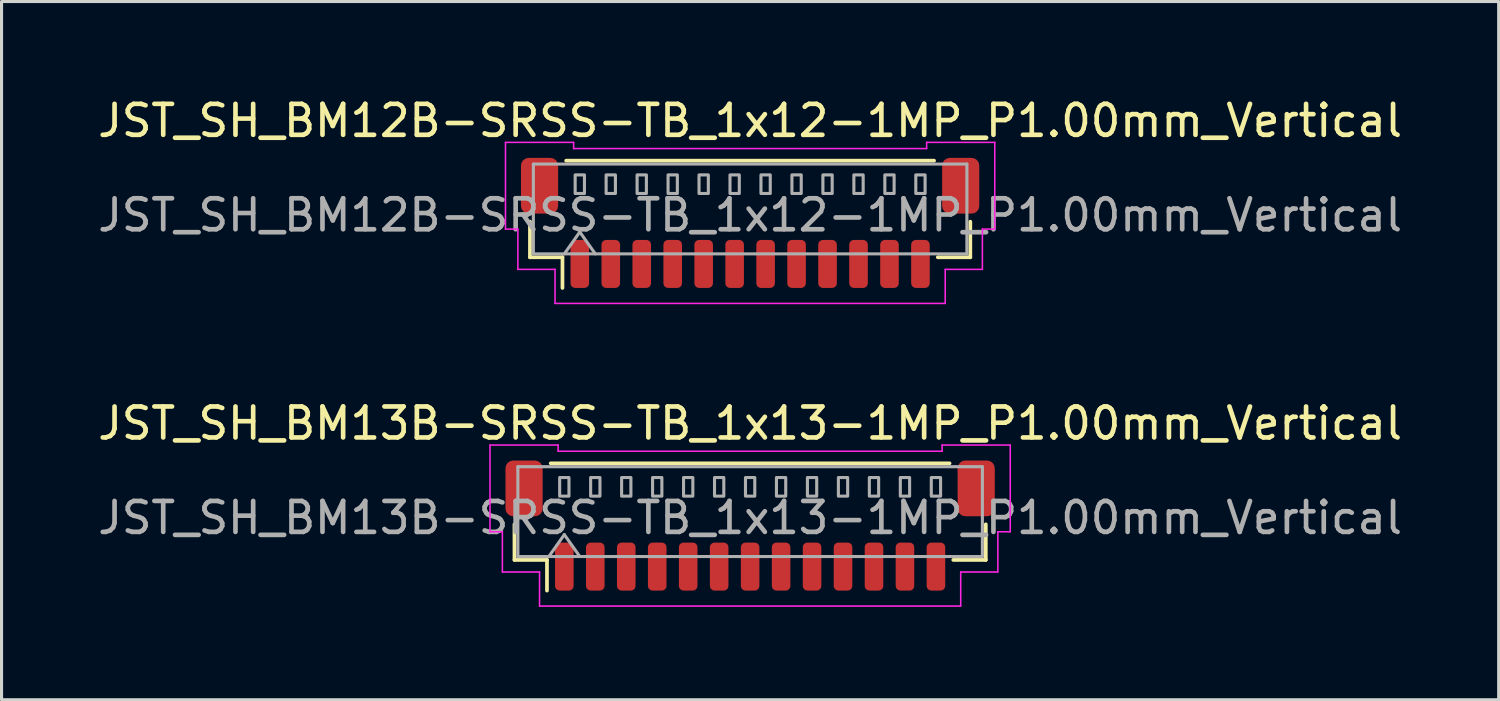
<source format=kicad_pcb>
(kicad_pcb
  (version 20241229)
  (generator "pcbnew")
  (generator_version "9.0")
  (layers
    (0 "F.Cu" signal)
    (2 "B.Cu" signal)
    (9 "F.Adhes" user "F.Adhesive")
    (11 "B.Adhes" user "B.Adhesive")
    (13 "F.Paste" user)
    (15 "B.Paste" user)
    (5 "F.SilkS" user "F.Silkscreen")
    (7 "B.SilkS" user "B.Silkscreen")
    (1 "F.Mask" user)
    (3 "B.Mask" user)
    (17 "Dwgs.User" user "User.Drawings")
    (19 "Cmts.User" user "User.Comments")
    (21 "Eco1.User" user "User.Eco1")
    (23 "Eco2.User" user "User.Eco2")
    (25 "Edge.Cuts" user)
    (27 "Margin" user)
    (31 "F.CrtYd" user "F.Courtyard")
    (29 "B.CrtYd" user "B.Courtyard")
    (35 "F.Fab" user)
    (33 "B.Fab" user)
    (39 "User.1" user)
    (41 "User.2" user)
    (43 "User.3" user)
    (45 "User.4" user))
  (footprint "JST_SH_BM13B-SRSS-TB_1x13-1MP_P1.00mm_Vertical"
    (layer "F.Cu")
    (at 21.173 13.921)
    (property "Reference" "JST_SH_BM13B-SRSS-TB_1x13-1MP_P1.00mm_Vertical" (at 0 -3.3 0) (layer "F.SilkS") (effects (font (size 1 1) (thickness 0.15))))
    (attr smd)
    (fp_line (start -7.61 -0.04) (end -7.61 1.11) (stroke (width 0.12) (type solid)) (layer "F.SilkS"))
    (fp_line (start -7.61 1.11) (end -6.56 1.11) (stroke (width 0.12) (type solid)) (layer "F.SilkS"))
    (fp_line (start -6.56 1.11) (end -6.56 2.1) (stroke (width 0.12) (type solid)) (layer "F.SilkS"))
    (fp_line (start -6.44 -2.01) (end 6.44 -2.01) (stroke (width 0.12) (type solid)) (layer "F.SilkS"))
    (fp_line (start 7.61 -0.04) (end 7.61 1.11) (stroke (width 0.12) (type solid)) (layer "F.SilkS"))
    (fp_line (start 7.61 1.11) (end 6.56 1.11) (stroke (width 0.12) (type solid)) (layer "F.SilkS"))
    (fp_line (start -8.4 -2.6) (end -6.2 -2.6) (stroke (width 0.05) (type solid)) (layer "F.CrtYd"))
    (fp_line (start -8.4 0.2) (end -8.4 -2.6) (stroke (width 0.05) (type solid)) (layer "F.CrtYd"))
    (fp_line (start -8 0.2) (end -8.4 0.2) (stroke (width 0.05) (type solid)) (layer "F.CrtYd"))
    (fp_line (start -8 1.5) (end -8 0.2) (stroke (width 0.05) (type solid)) (layer "F.CrtYd"))
    (fp_line (start -6.8 1.5) (end -8 1.5) (stroke (width 0.05) (type solid)) (layer "F.CrtYd"))
    (fp_line (start -6.8 2.6) (end -6.8 1.5) (stroke (width 0.05) (type solid)) (layer "F.CrtYd"))
    (fp_line (start -6.2 -2.6) (end -6.2 -2.4) (stroke (width 0.05) (type solid)) (layer "F.CrtYd"))
    (fp_line (start -6.2 -2.4) (end 6.2 -2.4) (stroke (width 0.05) (type solid)) (layer "F.CrtYd"))
    (fp_line (start 6.2 -2.6) (end 8.4 -2.6) (stroke (width 0.05) (type solid)) (layer "F.CrtYd"))
    (fp_line (start 6.2 -2.4) (end 6.2 -2.6) (stroke (width 0.05) (type solid)) (layer "F.CrtYd"))
    (fp_line (start 6.8 1.5) (end 6.8 2.6) (stroke (width 0.05) (type solid)) (layer "F.CrtYd"))
    (fp_line (start 6.8 2.6) (end -6.8 2.6) (stroke (width 0.05) (type solid)) (layer "F.CrtYd"))
    (fp_line (start 8 0.2) (end 8 1.5) (stroke (width 0.05) (type solid)) (layer "F.CrtYd"))
    (fp_line (start 8 1.5) (end 6.8 1.5) (stroke (width 0.05) (type solid)) (layer "F.CrtYd"))
    (fp_line (start 8.4 -2.6) (end 8.4 0.2) (stroke (width 0.05) (type solid)) (layer "F.CrtYd"))
    (fp_line (start 8.4 0.2) (end 8 0.2) (stroke (width 0.05) (type solid)) (layer "F.CrtYd"))
    (fp_line (start -7.5 -1.9) (end 7.5 -1.9) (stroke (width 0.1) (type solid)) (layer "F.Fab"))
    (fp_line (start -7.5 1) (end -7.5 -1.9) (stroke (width 0.1) (type solid)) (layer "F.Fab"))
    (fp_line (start -7.5 1) (end 7.5 1) (stroke (width 0.1) (type solid)) (layer "F.Fab"))
    (fp_line (start -6.5 1) (end -6 0.293) (stroke (width 0.1) (type solid)) (layer "F.Fab"))
    (fp_line (start -6 0.293) (end -5.5 1) (stroke (width 0.1) (type solid)) (layer "F.Fab"))
    (fp_line (start 7.5 1) (end 7.5 -1.9) (stroke (width 0.1) (type solid)) (layer "F.Fab"))
    (fp_rect (start -6.15 -1.55) (end -5.85 -0.95) (stroke (width 0.1) (type solid)) (fill no) (layer "F.Fab"))
    (fp_rect (start -5.15 -1.55) (end -4.85 -0.95) (stroke (width 0.1) (type solid)) (fill no) (layer "F.Fab"))
    (fp_rect (start -4.15 -1.55) (end -3.85 -0.95) (stroke (width 0.1) (type solid)) (fill no) (layer "F.Fab"))
    (fp_rect (start -3.15 -1.55) (end -2.85 -0.95) (stroke (width 0.1) (type solid)) (fill no) (layer "F.Fab"))
    (fp_rect (start -2.15 -1.55) (end -1.85 -0.95) (stroke (width 0.1) (type solid)) (fill no) (layer "F.Fab"))
    (fp_rect (start -1.15 -1.55) (end -0.85 -0.95) (stroke (width 0.1) (type solid)) (fill no) (layer "F.Fab"))
    (fp_rect (start -0.15 -1.55) (end 0.15 -0.95) (stroke (width 0.1) (type solid)) (fill no) (layer "F.Fab"))
    (fp_rect (start 0.85 -1.55) (end 1.15 -0.95) (stroke (width 0.1) (type solid)) (fill no) (layer "F.Fab"))
    (fp_rect (start 1.85 -1.55) (end 2.15 -0.95) (stroke (width 0.1) (type solid)) (fill no) (layer "F.Fab"))
    (fp_rect (start 2.85 -1.55) (end 3.15 -0.95) (stroke (width 0.1) (type solid)) (fill no) (layer "F.Fab"))
    (fp_rect (start 3.85 -1.55) (end 4.15 -0.95) (stroke (width 0.1) (type solid)) (fill no) (layer "F.Fab"))
    (fp_rect (start 4.85 -1.55) (end 5.15 -0.95) (stroke (width 0.1) (type solid)) (fill no) (layer "F.Fab"))
    (fp_rect (start 5.85 -1.55) (end 6.15 -0.95) (stroke (width 0.1) (type solid)) (fill no) (layer "F.Fab"))
    (fp_text user "${REFERENCE}" (at 0 -0.25 0) (layer "F.Fab") (effects (font (size 1 1) (thickness 0.15))))
    (pad "1" smd roundrect (at -6 1.325) (size 0.6 1.55) (layers "F.Cu" "F.Mask" "F.Paste") (roundrect_rratio 0.25))
    (pad "2" smd roundrect (at -5 1.325) (size 0.6 1.55) (layers "F.Cu" "F.Mask" "F.Paste") (roundrect_rratio 0.25))
    (pad "3" smd roundrect (at -4 1.325) (size 0.6 1.55) (layers "F.Cu" "F.Mask" "F.Paste") (roundrect_rratio 0.25))
    (pad "4" smd roundrect (at -3 1.325) (size 0.6 1.55) (layers "F.Cu" "F.Mask" "F.Paste") (roundrect_rratio 0.25))
    (pad "5" smd roundrect (at -2 1.325) (size 0.6 1.55) (layers "F.Cu" "F.Mask" "F.Paste") (roundrect_rratio 0.25))
    (pad "6" smd roundrect (at -1 1.325) (size 0.6 1.55) (layers "F.Cu" "F.Mask" "F.Paste") (roundrect_rratio 0.25))
    (pad "7" smd roundrect (at 0 1.325) (size 0.6 1.55) (layers "F.Cu" "F.Mask" "F.Paste") (roundrect_rratio 0.25))
    (pad "8" smd roundrect (at 1 1.325) (size 0.6 1.55) (layers "F.Cu" "F.Mask" "F.Paste") (roundrect_rratio 0.25))
    (pad "9" smd roundrect (at 2 1.325) (size 0.6 1.55) (layers "F.Cu" "F.Mask" "F.Paste") (roundrect_rratio 0.25))
    (pad "10" smd roundrect (at 3 1.325) (size 0.6 1.55) (layers "F.Cu" "F.Mask" "F.Paste") (roundrect_rratio 0.25))
    (pad "11" smd roundrect (at 4 1.325) (size 0.6 1.55) (layers "F.Cu" "F.Mask" "F.Paste") (roundrect_rratio 0.25))
    (pad "12" smd roundrect (at 5 1.325) (size 0.6 1.55) (layers "F.Cu" "F.Mask" "F.Paste") (roundrect_rratio 0.25))
    (pad "13" smd roundrect (at 6 1.325) (size 0.6 1.55) (layers "F.Cu" "F.Mask" "F.Paste") (roundrect_rratio 0.25))
    (pad "MP" smd roundrect (at -7.3 -1.2) (size 1.2 1.8) (layers "F.Cu" "F.Mask" "F.Paste") (roundrect_rratio 0.208))
    (pad "MP" smd roundrect (at 7.3 -1.2) (size 1.2 1.8) (layers "F.Cu" "F.Mask" "F.Paste") (roundrect_rratio 0.208)))
  (footprint "JST_SH_BM12B-SRSS-TB_1x12-1MP_P1.00mm_Vertical"
    (layer "F.Cu")
    (at 21.173 4.148)
    (property "Reference" "JST_SH_BM12B-SRSS-TB_1x12-1MP_P1.00mm_Vertical" (at 0 -3.3 0) (layer "F.SilkS") (effects (font (size 1 1) (thickness 0.15))))
    (attr smd)
    (fp_line (start -7.11 -0.04) (end -7.11 1.11) (stroke (width 0.12) (type solid)) (layer "F.SilkS"))
    (fp_line (start -7.11 1.11) (end -6.06 1.11) (stroke (width 0.12) (type solid)) (layer "F.SilkS"))
    (fp_line (start -6.06 1.11) (end -6.06 2.1) (stroke (width 0.12) (type solid)) (layer "F.SilkS"))
    (fp_line (start -5.94 -2.01) (end 5.94 -2.01) (stroke (width 0.12) (type solid)) (layer "F.SilkS"))
    (fp_line (start 7.11 -0.04) (end 7.11 1.11) (stroke (width 0.12) (type solid)) (layer "F.SilkS"))
    (fp_line (start 7.11 1.11) (end 6.06 1.11) (stroke (width 0.12) (type solid)) (layer "F.SilkS"))
    (fp_line (start -7.9 -2.6) (end -5.7 -2.6) (stroke (width 0.05) (type solid)) (layer "F.CrtYd"))
    (fp_line (start -7.9 0.2) (end -7.9 -2.6) (stroke (width 0.05) (type solid)) (layer "F.CrtYd"))
    (fp_line (start -7.5 0.2) (end -7.9 0.2) (stroke (width 0.05) (type solid)) (layer "F.CrtYd"))
    (fp_line (start -7.5 1.5) (end -7.5 0.2) (stroke (width 0.05) (type solid)) (layer "F.CrtYd"))
    (fp_line (start -6.3 1.5) (end -7.5 1.5) (stroke (width 0.05) (type solid)) (layer "F.CrtYd"))
    (fp_line (start -6.3 2.6) (end -6.3 1.5) (stroke (width 0.05) (type solid)) (layer "F.CrtYd"))
    (fp_line (start -5.7 -2.6) (end -5.7 -2.4) (stroke (width 0.05) (type solid)) (layer "F.CrtYd"))
    (fp_line (start -5.7 -2.4) (end 5.7 -2.4) (stroke (width 0.05) (type solid)) (layer "F.CrtYd"))
    (fp_line (start 5.7 -2.6) (end 7.9 -2.6) (stroke (width 0.05) (type solid)) (layer "F.CrtYd"))
    (fp_line (start 5.7 -2.4) (end 5.7 -2.6) (stroke (width 0.05) (type solid)) (layer "F.CrtYd"))
    (fp_line (start 6.3 1.5) (end 6.3 2.6) (stroke (width 0.05) (type solid)) (layer "F.CrtYd"))
    (fp_line (start 6.3 2.6) (end -6.3 2.6) (stroke (width 0.05) (type solid)) (layer "F.CrtYd"))
    (fp_line (start 7.5 0.2) (end 7.5 1.5) (stroke (width 0.05) (type solid)) (layer "F.CrtYd"))
    (fp_line (start 7.5 1.5) (end 6.3 1.5) (stroke (width 0.05) (type solid)) (layer "F.CrtYd"))
    (fp_line (start 7.9 -2.6) (end 7.9 0.2) (stroke (width 0.05) (type solid)) (layer "F.CrtYd"))
    (fp_line (start 7.9 0.2) (end 7.5 0.2) (stroke (width 0.05) (type solid)) (layer "F.CrtYd"))
    (fp_line (start -7 -1.9) (end 7 -1.9) (stroke (width 0.1) (type solid)) (layer "F.Fab"))
    (fp_line (start -7 1) (end -7 -1.9) (stroke (width 0.1) (type solid)) (layer "F.Fab"))
    (fp_line (start -7 1) (end 7 1) (stroke (width 0.1) (type solid)) (layer "F.Fab"))
    (fp_line (start -6 1) (end -5.5 0.293) (stroke (width 0.1) (type solid)) (layer "F.Fab"))
    (fp_line (start -5.5 0.293) (end -5 1) (stroke (width 0.1) (type solid)) (layer "F.Fab"))
    (fp_line (start 7 1) (end 7 -1.9) (stroke (width 0.1) (type solid)) (layer "F.Fab"))
    (fp_rect (start -5.65 -1.55) (end -5.35 -0.95) (stroke (width 0.1) (type solid)) (fill no) (layer "F.Fab"))
    (fp_rect (start -4.65 -1.55) (end -4.35 -0.95) (stroke (width 0.1) (type solid)) (fill no) (layer "F.Fab"))
    (fp_rect (start -3.65 -1.55) (end -3.35 -0.95) (stroke (width 0.1) (type solid)) (fill no) (layer "F.Fab"))
    (fp_rect (start -2.65 -1.55) (end -2.35 -0.95) (stroke (width 0.1) (type solid)) (fill no) (layer "F.Fab"))
    (fp_rect (start -1.65 -1.55) (end -1.35 -0.95) (stroke (width 0.1) (type solid)) (fill no) (layer "F.Fab"))
    (fp_rect (start -0.65 -1.55) (end -0.35 -0.95) (stroke (width 0.1) (type solid)) (fill no) (layer "F.Fab"))
    (fp_rect (start 0.35 -1.55) (end 0.65 -0.95) (stroke (width 0.1) (type solid)) (fill no) (layer "F.Fab"))
    (fp_rect (start 1.35 -1.55) (end 1.65 -0.95) (stroke (width 0.1) (type solid)) (fill no) (layer "F.Fab"))
    (fp_rect (start 2.35 -1.55) (end 2.65 -0.95) (stroke (width 0.1) (type solid)) (fill no) (layer "F.Fab"))
    (fp_rect (start 3.35 -1.55) (end 3.65 -0.95) (stroke (width 0.1) (type solid)) (fill no) (layer "F.Fab"))
    (fp_rect (start 4.35 -1.55) (end 4.65 -0.95) (stroke (width 0.1) (type solid)) (fill no) (layer "F.Fab"))
    (fp_rect (start 5.35 -1.55) (end 5.65 -0.95) (stroke (width 0.1) (type solid)) (fill no) (layer "F.Fab"))
    (fp_text user "${REFERENCE}" (at 0 -0.25 0) (layer "F.Fab") (effects (font (size 1 1) (thickness 0.15))))
    (pad "1" smd roundrect (at -5.5 1.325) (size 0.6 1.55) (layers "F.Cu" "F.Mask" "F.Paste") (roundrect_rratio 0.25))
    (pad "2" smd roundrect (at -4.5 1.325) (size 0.6 1.55) (layers "F.Cu" "F.Mask" "F.Paste") (roundrect_rratio 0.25))
    (pad "3" smd roundrect (at -3.5 1.325) (size 0.6 1.55) (layers "F.Cu" "F.Mask" "F.Paste") (roundrect_rratio 0.25))
    (pad "4" smd roundrect (at -2.5 1.325) (size 0.6 1.55) (layers "F.Cu" "F.Mask" "F.Paste") (roundrect_rratio 0.25))
    (pad "5" smd roundrect (at -1.5 1.325) (size 0.6 1.55) (layers "F.Cu" "F.Mask" "F.Paste") (roundrect_rratio 0.25))
    (pad "6" smd roundrect (at -0.5 1.325) (size 0.6 1.55) (layers "F.Cu" "F.Mask" "F.Paste") (roundrect_rratio 0.25))
    (pad "7" smd roundrect (at 0.5 1.325) (size 0.6 1.55) (layers "F.Cu" "F.Mask" "F.Paste") (roundrect_rratio 0.25))
    (pad "8" smd roundrect (at 1.5 1.325) (size 0.6 1.55) (layers "F.Cu" "F.Mask" "F.Paste") (roundrect_rratio 0.25))
    (pad "9" smd roundrect (at 2.5 1.325) (size 0.6 1.55) (layers "F.Cu" "F.Mask" "F.Paste") (roundrect_rratio 0.25))
    (pad "10" smd roundrect (at 3.5 1.325) (size 0.6 1.55) (layers "F.Cu" "F.Mask" "F.Paste") (roundrect_rratio 0.25))
    (pad "11" smd roundrect (at 4.5 1.325) (size 0.6 1.55) (layers "F.Cu" "F.Mask" "F.Paste") (roundrect_rratio 0.25))
    (pad "12" smd roundrect (at 5.5 1.325) (size 0.6 1.55) (layers "F.Cu" "F.Mask" "F.Paste") (roundrect_rratio 0.25))
    (pad "MP" smd roundrect (at -6.8 -1.2) (size 1.2 1.8) (layers "F.Cu" "F.Mask" "F.Paste") (roundrect_rratio 0.208))
    (pad "MP" smd roundrect (at 6.8 -1.2) (size 1.2 1.8) (layers "F.Cu" "F.Mask" "F.Paste") (roundrect_rratio 0.208)))
  (gr_rect
    (start -3 -3)
    (end 45.345 19.547)
    (stroke (width 0.1) (type default))
    (fill no)
    (layer "Edge.Cuts")))
</source>
